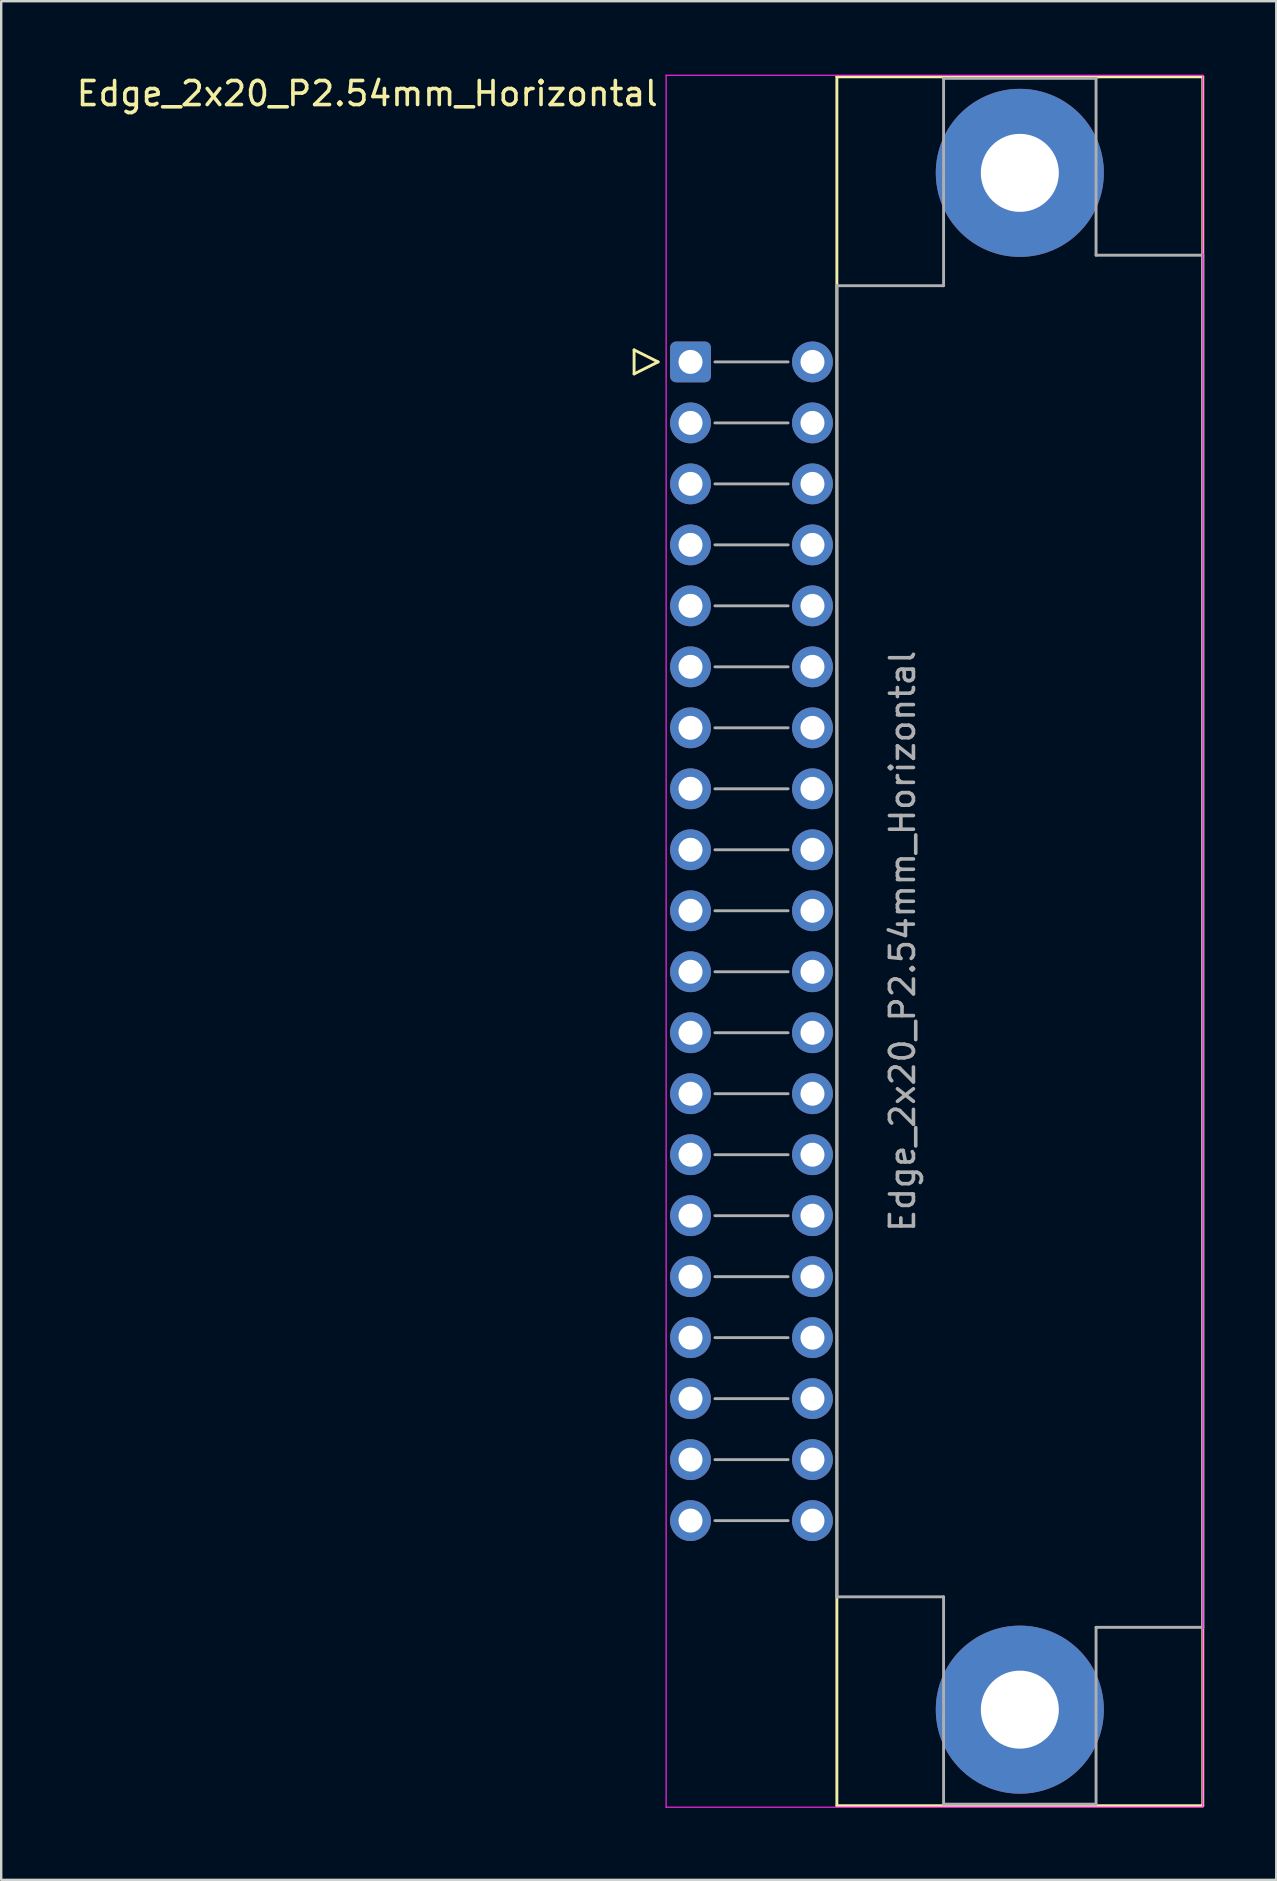
<source format=kicad_pcb>
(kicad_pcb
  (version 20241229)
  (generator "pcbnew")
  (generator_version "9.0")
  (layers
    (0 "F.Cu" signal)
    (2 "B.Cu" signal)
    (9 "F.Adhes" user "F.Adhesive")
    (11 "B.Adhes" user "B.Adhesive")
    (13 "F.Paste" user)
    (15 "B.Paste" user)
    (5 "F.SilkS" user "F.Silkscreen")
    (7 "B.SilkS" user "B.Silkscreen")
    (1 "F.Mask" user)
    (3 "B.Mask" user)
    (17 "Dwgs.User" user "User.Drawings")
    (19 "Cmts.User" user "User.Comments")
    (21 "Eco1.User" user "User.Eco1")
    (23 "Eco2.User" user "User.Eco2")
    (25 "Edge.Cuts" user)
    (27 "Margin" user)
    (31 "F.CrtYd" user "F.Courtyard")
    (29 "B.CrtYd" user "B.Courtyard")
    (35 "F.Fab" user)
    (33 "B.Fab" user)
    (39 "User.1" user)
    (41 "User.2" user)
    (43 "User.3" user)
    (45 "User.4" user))
  (footprint "Edge_2x20_P2.54mm_Horizontal"
    (layer "F.Cu")
    (at 25.71 12.024)
    (property "Reference" "Edge_2x20_P2.54mm_Horizontal" (at -1.27 -11.176 0) (layer "F.SilkS") (effects (font (size 1 1) (thickness 0.15)) (justify right)))
    (attr through_hole)
    (fp_line (start -2.35 -0.5) (end -2.35 0.5) (stroke (width 0.12) (type solid)) (layer "F.SilkS"))
    (fp_line (start -2.35 0.5) (end -1.35 0) (stroke (width 0.12) (type solid)) (layer "F.SilkS"))
    (fp_line (start -1.35 0) (end -2.35 -0.5) (stroke (width 0.12) (type solid)) (layer "F.SilkS"))
    (fp_line (start 6.096 -11.874) (end 21.336 -11.874) (stroke (width 0.12) (type solid)) (layer "F.SilkS"))
    (fp_line (start 6.096 60.135) (end 6.096 -11.874) (stroke (width 0.12) (type solid)) (layer "F.SilkS"))
    (fp_line (start 21.336 -11.874) (end 21.336 60.135) (stroke (width 0.12) (type solid)) (layer "F.SilkS"))
    (fp_line (start 21.336 60.135) (end 6.096 60.135) (stroke (width 0.12) (type solid)) (layer "F.SilkS"))
    (fp_line (start -1.016 -11.938) (end 21.336 -11.938) (stroke (width 0.05) (type solid)) (layer "F.CrtYd"))
    (fp_line (start -1.016 60.198) (end -1.016 -11.938) (stroke (width 0.05) (type solid)) (layer "F.CrtYd"))
    (fp_line (start 21.336 -11.938) (end 21.336 60.198) (stroke (width 0.05) (type solid)) (layer "F.CrtYd"))
    (fp_line (start 21.336 60.198) (end -1.016 60.198) (stroke (width 0.05) (type solid)) (layer "F.CrtYd"))
    (fp_line (start 1.016 0) (end 4.064 0) (stroke (width 0.12) (type solid)) (layer "F.Fab"))
    (fp_line (start 1.016 2.54) (end 4.064 2.54) (stroke (width 0.12) (type solid)) (layer "F.Fab"))
    (fp_line (start 1.016 5.08) (end 4.064 5.08) (stroke (width 0.12) (type solid)) (layer "F.Fab"))
    (fp_line (start 1.016 7.62) (end 4.064 7.62) (stroke (width 0.12) (type solid)) (layer "F.Fab"))
    (fp_line (start 1.016 10.16) (end 4.064 10.16) (stroke (width 0.12) (type solid)) (layer "F.Fab"))
    (fp_line (start 1.016 12.7) (end 4.064 12.7) (stroke (width 0.12) (type solid)) (layer "F.Fab"))
    (fp_line (start 1.016 15.24) (end 4.064 15.24) (stroke (width 0.12) (type solid)) (layer "F.Fab"))
    (fp_line (start 1.016 17.78) (end 4.064 17.78) (stroke (width 0.12) (type solid)) (layer "F.Fab"))
    (fp_line (start 1.016 20.32) (end 4.064 20.32) (stroke (width 0.12) (type solid)) (layer "F.Fab"))
    (fp_line (start 1.016 22.86) (end 4.064 22.86) (stroke (width 0.12) (type solid)) (layer "F.Fab"))
    (fp_line (start 1.016 25.4) (end 4.064 25.4) (stroke (width 0.12) (type solid)) (layer "F.Fab"))
    (fp_line (start 1.016 27.94) (end 4.064 27.94) (stroke (width 0.12) (type solid)) (layer "F.Fab"))
    (fp_line (start 1.016 30.48) (end 4.064 30.48) (stroke (width 0.12) (type solid)) (layer "F.Fab"))
    (fp_line (start 1.016 33.02) (end 4.064 33.02) (stroke (width 0.12) (type solid)) (layer "F.Fab"))
    (fp_line (start 1.016 35.56) (end 4.064 35.56) (stroke (width 0.12) (type solid)) (layer "F.Fab"))
    (fp_line (start 1.016 38.1) (end 4.064 38.1) (stroke (width 0.12) (type solid)) (layer "F.Fab"))
    (fp_line (start 1.016 40.64) (end 4.064 40.64) (stroke (width 0.12) (type solid)) (layer "F.Fab"))
    (fp_line (start 1.016 43.18) (end 4.064 43.18) (stroke (width 0.12) (type solid)) (layer "F.Fab"))
    (fp_line (start 1.016 45.72) (end 4.064 45.72) (stroke (width 0.12) (type solid)) (layer "F.Fab"))
    (fp_line (start 1.016 48.26) (end 4.064 48.26) (stroke (width 0.12) (type solid)) (layer "F.Fab"))
    (fp_line (start 6.096 51.435) (end 6.096 -3.175) (stroke (width 0.12) (type solid)) (layer "F.Fab"))
    (fp_line (start 10.541 -11.811) (end 16.891 -11.811) (stroke (width 0.12) (type solid)) (layer "F.Fab"))
    (fp_line (start 10.541 -3.175) (end 6.096 -3.175) (stroke (width 0.12) (type solid)) (layer "F.Fab"))
    (fp_line (start 10.541 -3.175) (end 10.541 -11.811) (stroke (width 0.12) (type solid)) (layer "F.Fab"))
    (fp_line (start 10.541 51.435) (end 6.096 51.435) (stroke (width 0.12) (type solid)) (layer "F.Fab"))
    (fp_line (start 10.541 60.071) (end 10.541 51.435) (stroke (width 0.12) (type solid)) (layer "F.Fab"))
    (fp_line (start 10.541 60.071) (end 16.891 60.071) (stroke (width 0.12) (type solid)) (layer "F.Fab"))
    (fp_line (start 16.891 -11.811) (end 16.891 -4.445) (stroke (width 0.12) (type solid)) (layer "F.Fab"))
    (fp_line (start 16.891 -4.445) (end 21.336 -4.445) (stroke (width 0.12) (type solid)) (layer "F.Fab"))
    (fp_line (start 16.891 52.705) (end 16.891 60.071) (stroke (width 0.12) (type solid)) (layer "F.Fab"))
    (fp_line (start 21.336 -4.445) (end 21.336 52.705) (stroke (width 0.12) (type solid)) (layer "F.Fab"))
    (fp_line (start 21.336 52.705) (end 16.891 52.705) (stroke (width 0.12) (type solid)) (layer "F.Fab"))
    (fp_text user "${REFERENCE}" (at 8.83 24.13 90) (layer "F.Fab") (effects (font (size 1 1) (thickness 0.15))))
    (pad "1" thru_hole roundrect (at 0 0) (size 1.7 1.7) (drill 1) (layers "*.Cu" "*.Mask") (roundrect_rratio 0.147))
    (pad "2" thru_hole circle (at 5.08 0) (size 1.7 1.7) (drill 1) (layers "*.Cu" "*.Mask"))
    (pad "3" thru_hole circle (at 0 2.54) (size 1.7 1.7) (drill 1) (layers "*.Cu" "*.Mask"))
    (pad "4" thru_hole circle (at 5.08 2.54) (size 1.7 1.7) (drill 1) (layers "*.Cu" "*.Mask"))
    (pad "5" thru_hole circle (at 0 5.08) (size 1.7 1.7) (drill 1) (layers "*.Cu" "*.Mask"))
    (pad "6" thru_hole circle (at 5.08 5.08) (size 1.7 1.7) (drill 1) (layers "*.Cu" "*.Mask"))
    (pad "7" thru_hole circle (at 0 7.62) (size 1.7 1.7) (drill 1) (layers "*.Cu" "*.Mask"))
    (pad "8" thru_hole circle (at 5.08 7.62) (size 1.7 1.7) (drill 1) (layers "*.Cu" "*.Mask"))
    (pad "9" thru_hole circle (at 0 10.16) (size 1.7 1.7) (drill 1) (layers "*.Cu" "*.Mask"))
    (pad "10" thru_hole circle (at 5.08 10.16) (size 1.7 1.7) (drill 1) (layers "*.Cu" "*.Mask"))
    (pad "11" thru_hole circle (at 0 12.7) (size 1.7 1.7) (drill 1) (layers "*.Cu" "*.Mask"))
    (pad "12" thru_hole circle (at 5.08 12.7) (size 1.7 1.7) (drill 1) (layers "*.Cu" "*.Mask"))
    (pad "13" thru_hole circle (at 0 15.24) (size 1.7 1.7) (drill 1) (layers "*.Cu" "*.Mask"))
    (pad "14" thru_hole circle (at 5.08 15.24) (size 1.7 1.7) (drill 1) (layers "*.Cu" "*.Mask"))
    (pad "15" thru_hole circle (at 0 17.78) (size 1.7 1.7) (drill 1) (layers "*.Cu" "*.Mask"))
    (pad "16" thru_hole circle (at 5.08 17.78) (size 1.7 1.7) (drill 1) (layers "*.Cu" "*.Mask"))
    (pad "17" thru_hole circle (at 0 20.32) (size 1.7 1.7) (drill 1) (layers "*.Cu" "*.Mask"))
    (pad "18" thru_hole circle (at 5.08 20.32) (size 1.7 1.7) (drill 1) (layers "*.Cu" "*.Mask"))
    (pad "19" thru_hole circle (at 0 22.86) (size 1.7 1.7) (drill 1) (layers "*.Cu" "*.Mask"))
    (pad "20" thru_hole circle (at 5.08 22.86) (size 1.7 1.7) (drill 1) (layers "*.Cu" "*.Mask"))
    (pad "21" thru_hole circle (at 0 25.4) (size 1.7 1.7) (drill 1) (layers "*.Cu" "*.Mask"))
    (pad "22" thru_hole circle (at 5.08 25.4) (size 1.7 1.7) (drill 1) (layers "*.Cu" "*.Mask"))
    (pad "23" thru_hole circle (at 0 27.94) (size 1.7 1.7) (drill 1) (layers "*.Cu" "*.Mask"))
    (pad "24" thru_hole circle (at 5.08 27.94) (size 1.7 1.7) (drill 1) (layers "*.Cu" "*.Mask"))
    (pad "25" thru_hole circle (at 0 30.48) (size 1.7 1.7) (drill 1) (layers "*.Cu" "*.Mask"))
    (pad "26" thru_hole circle (at 5.08 30.48) (size 1.7 1.7) (drill 1) (layers "*.Cu" "*.Mask"))
    (pad "27" thru_hole circle (at 0 33.02) (size 1.7 1.7) (drill 1) (layers "*.Cu" "*.Mask"))
    (pad "28" thru_hole circle (at 5.08 33.02) (size 1.7 1.7) (drill 1) (layers "*.Cu" "*.Mask"))
    (pad "29" thru_hole circle (at 0 35.56) (size 1.7 1.7) (drill 1) (layers "*.Cu" "*.Mask"))
    (pad "30" thru_hole circle (at 5.08 35.56) (size 1.7 1.7) (drill 1) (layers "*.Cu" "*.Mask"))
    (pad "31" thru_hole circle (at 0 38.1) (size 1.7 1.7) (drill 1) (layers "*.Cu" "*.Mask"))
    (pad "32" thru_hole circle (at 5.08 38.1) (size 1.7 1.7) (drill 1) (layers "*.Cu" "*.Mask"))
    (pad "33" thru_hole circle (at 0 40.64) (size 1.7 1.7) (drill 1) (layers "*.Cu" "*.Mask"))
    (pad "34" thru_hole circle (at 5.08 40.64) (size 1.7 1.7) (drill 1) (layers "*.Cu" "*.Mask"))
    (pad "35" thru_hole circle (at 0 43.18) (size 1.7 1.7) (drill 1) (layers "*.Cu" "*.Mask"))
    (pad "36" thru_hole circle (at 5.08 43.18) (size 1.7 1.7) (drill 1) (layers "*.Cu" "*.Mask"))
    (pad "37" thru_hole circle (at 0 45.72) (size 1.7 1.7) (drill 1) (layers "*.Cu" "*.Mask"))
    (pad "38" thru_hole circle (at 5.08 45.72) (size 1.7 1.7) (drill 1) (layers "*.Cu" "*.Mask"))
    (pad "39" thru_hole circle (at 0 48.26) (size 1.7 1.7) (drill 1) (layers "*.Cu" "*.Mask"))
    (pad "40" thru_hole circle (at 5.08 48.26) (size 1.7 1.7) (drill 1) (layers "*.Cu" "*.Mask"))
    (pad "MP" thru_hole circle (at 13.716 -7.874) (size 7 7) (drill 3.25) (layers "*.Cu" "*.Mask"))
    (pad "MP" thru_hole circle (at 13.716 56.134) (size 7 7) (drill 3.25) (layers "*.Cu" "*.Mask")))
  (gr_rect
    (start -3 -3)
    (end 50.106 75.247)
    (stroke (width 0.1) (type default))
    (fill no)
    (layer "Edge.Cuts")))
</source>
